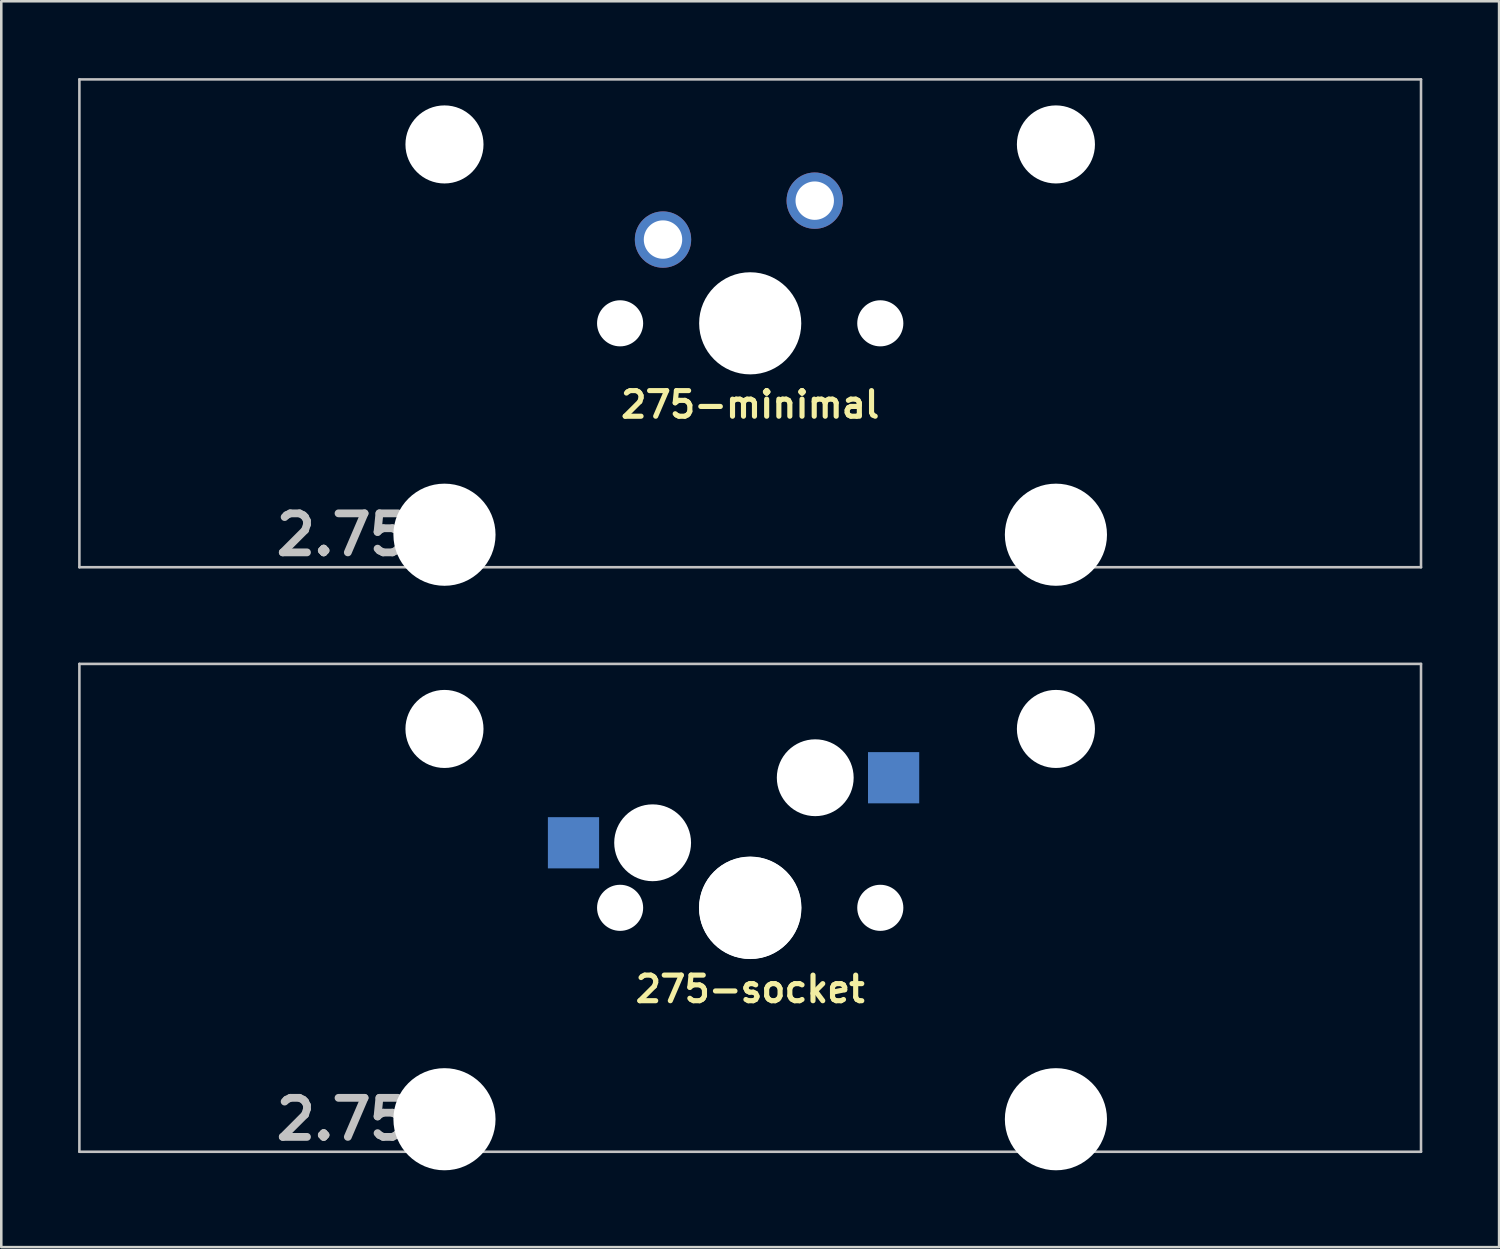
<source format=kicad_pcb>
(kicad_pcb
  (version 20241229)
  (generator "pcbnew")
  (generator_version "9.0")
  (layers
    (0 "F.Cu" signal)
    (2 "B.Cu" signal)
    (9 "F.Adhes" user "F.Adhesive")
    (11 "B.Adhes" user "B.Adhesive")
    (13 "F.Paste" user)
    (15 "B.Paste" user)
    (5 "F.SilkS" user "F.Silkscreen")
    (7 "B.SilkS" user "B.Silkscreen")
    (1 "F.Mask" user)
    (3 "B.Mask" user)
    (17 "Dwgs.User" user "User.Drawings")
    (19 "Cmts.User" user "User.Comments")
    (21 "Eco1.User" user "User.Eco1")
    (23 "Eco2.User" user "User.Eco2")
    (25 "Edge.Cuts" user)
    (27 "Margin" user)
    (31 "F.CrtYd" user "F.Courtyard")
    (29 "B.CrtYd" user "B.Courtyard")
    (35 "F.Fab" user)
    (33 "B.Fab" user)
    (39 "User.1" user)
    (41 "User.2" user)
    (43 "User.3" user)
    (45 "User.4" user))
  (footprint "275-minimal"
    (layer "F.Cu")
    (at 26.244 9.575)
    (property "Reference" "275-minimal" (at 0 3.175 0) (layer "F.SilkS") (effects (font (size 1 1) (thickness 0.2))))
    (attr through_hole)
    (fp_line (start -26.194 -9.525) (end 26.194 -9.525) (stroke (width 0.1) (type solid)) (layer "Dwgs.User"))
    (fp_line (start -26.194 9.525) (end -26.194 -9.525) (stroke (width 0.1) (type solid)) (layer "Dwgs.User"))
    (fp_line (start 26.194 -9.525) (end 26.194 9.525) (stroke (width 0.1) (type solid)) (layer "Dwgs.User"))
    (fp_line (start 26.194 9.525) (end -26.194 9.525) (stroke (width 0.1) (type solid)) (layer "Dwgs.User"))
    (fp_line (start -16.129 -2.286) (end -15.265 -2.286) (stroke (width 0.152) (type solid)) (layer "Eco2.User"))
    (fp_line (start -16.129 0.508) (end -16.129 -2.286) (stroke (width 0.152) (type solid)) (layer "Eco2.User"))
    (fp_line (start -15.265 -5.69) (end -8.611 -5.69) (stroke (width 0.152) (type solid)) (layer "Eco2.User"))
    (fp_line (start -15.265 -2.286) (end -15.265 -5.69) (stroke (width 0.152) (type solid)) (layer "Eco2.User"))
    (fp_line (start -15.265 0.508) (end -16.129 0.508) (stroke (width 0.152) (type solid)) (layer "Eco2.User"))
    (fp_line (start -15.265 6.604) (end -15.265 0.508) (stroke (width 0.152) (type solid)) (layer "Eco2.User"))
    (fp_line (start -14.224 6.604) (end -15.265 6.604) (stroke (width 0.152) (type solid)) (layer "Eco2.User"))
    (fp_line (start -14.224 7.772) (end -14.224 6.604) (stroke (width 0.152) (type solid)) (layer "Eco2.User"))
    (fp_line (start -9.652 6.604) (end -9.652 7.772) (stroke (width 0.152) (type solid)) (layer "Eco2.User"))
    (fp_line (start -9.652 7.772) (end -14.224 7.772) (stroke (width 0.152) (type solid)) (layer "Eco2.User"))
    (fp_line (start -8.611 -5.69) (end -8.611 -4.877) (stroke (width 0.152) (type solid)) (layer "Eco2.User"))
    (fp_line (start -8.611 -4.877) (end -6.985 -4.877) (stroke (width 0.152) (type solid)) (layer "Eco2.User"))
    (fp_line (start -8.611 5.817) (end -8.611 6.604) (stroke (width 0.152) (type solid)) (layer "Eco2.User"))
    (fp_line (start -8.611 6.604) (end -9.652 6.604) (stroke (width 0.152) (type solid)) (layer "Eco2.User"))
    (fp_line (start -6.985 -6.985) (end 6.985 -6.985) (stroke (width 0.152) (type solid)) (layer "Eco2.User"))
    (fp_line (start -6.985 -4.877) (end -6.985 -6.985) (stroke (width 0.152) (type solid)) (layer "Eco2.User"))
    (fp_line (start -6.985 5.817) (end -8.611 5.817) (stroke (width 0.152) (type solid)) (layer "Eco2.User"))
    (fp_line (start -6.985 6.985) (end -6.985 5.817) (stroke (width 0.152) (type solid)) (layer "Eco2.User"))
    (fp_line (start 6.985 -6.985) (end 6.985 -4.877) (stroke (width 0.152) (type solid)) (layer "Eco2.User"))
    (fp_line (start 6.985 -4.877) (end 8.611 -4.877) (stroke (width 0.152) (type solid)) (layer "Eco2.User"))
    (fp_line (start 6.985 5.817) (end 6.985 6.985) (stroke (width 0.152) (type solid)) (layer "Eco2.User"))
    (fp_line (start 6.985 6.985) (end -6.985 6.985) (stroke (width 0.152) (type solid)) (layer "Eco2.User"))
    (fp_line (start 8.611 -5.69) (end 15.265 -5.69) (stroke (width 0.152) (type solid)) (layer "Eco2.User"))
    (fp_line (start 8.611 -4.877) (end 8.611 -5.69) (stroke (width 0.152) (type solid)) (layer "Eco2.User"))
    (fp_line (start 8.611 5.817) (end 6.985 5.817) (stroke (width 0.152) (type solid)) (layer "Eco2.User"))
    (fp_line (start 8.611 6.604) (end 8.611 5.817) (stroke (width 0.152) (type solid)) (layer "Eco2.User"))
    (fp_line (start 9.652 6.604) (end 8.611 6.604) (stroke (width 0.152) (type solid)) (layer "Eco2.User"))
    (fp_line (start 9.652 7.772) (end 9.652 6.604) (stroke (width 0.152) (type solid)) (layer "Eco2.User"))
    (fp_line (start 14.224 6.604) (end 14.224 7.772) (stroke (width 0.152) (type solid)) (layer "Eco2.User"))
    (fp_line (start 14.224 7.772) (end 9.652 7.772) (stroke (width 0.152) (type solid)) (layer "Eco2.User"))
    (fp_line (start 15.265 -5.69) (end 15.265 -2.286) (stroke (width 0.152) (type solid)) (layer "Eco2.User"))
    (fp_line (start 15.265 -2.286) (end 16.129 -2.286) (stroke (width 0.152) (type solid)) (layer "Eco2.User"))
    (fp_line (start 15.265 0.508) (end 15.265 6.604) (stroke (width 0.152) (type solid)) (layer "Eco2.User"))
    (fp_line (start 15.265 6.604) (end 14.224 6.604) (stroke (width 0.152) (type solid)) (layer "Eco2.User"))
    (fp_line (start 16.129 -2.286) (end 16.129 0.508) (stroke (width 0.152) (type solid)) (layer "Eco2.User"))
    (fp_line (start 16.129 0.508) (end 15.265 0.508) (stroke (width 0.152) (type solid)) (layer "Eco2.User"))
    (fp_text user "2.75u" (at -15.24 8.255 0) (layer "Dwgs.User") (effects (font (size 1.524 1.524) (thickness 0.305))))
    (pad "" np_thru_hole circle (at -11.938 -6.985) (size 3.048 3.048) (drill 3.048) (layers "*.Cu" "*.Mask"))
    (pad "" np_thru_hole circle (at -11.938 8.255) (size 3.988 3.988) (drill 3.988) (layers "*.Cu" "*.Mask"))
    (pad "" np_thru_hole circle (at -5.08 0) (size 1.8 1.8) (drill 1.8) (layers "*.Cu" "*.Mask"))
    (pad "" np_thru_hole circle (at 0 0) (size 3.988 3.988) (drill 3.988) (layers "*.Cu" "*.Mask"))
    (pad "" np_thru_hole circle (at 5.08 0) (size 1.8 1.8) (drill 1.8) (layers "*.Cu" "*.Mask"))
    (pad "" np_thru_hole circle (at 11.938 -6.985) (size 3.048 3.048) (drill 3.048) (layers "*.Cu" "*.Mask"))
    (pad "" np_thru_hole circle (at 11.938 8.255) (size 3.988 3.988) (drill 3.988) (layers "*.Cu" "*.Mask"))
    (pad "1" thru_hole circle (at -3.405 -3.27 29) (size 2.2 2.2) (drill 1.5) (layers "*.Cu" "*.Mask"))
    (pad "2" thru_hole circle (at 2.52 -4.79) (size 2.2 2.2) (drill 1.5) (layers "*.Cu" "*.Mask")))
  (footprint "275-socket"
    (layer "F.Cu")
    (at 26.244 32.399)
    (property "Reference" "275-socket" (at 0 3.175 0) (layer "F.SilkS") (effects (font (size 1 1) (thickness 0.2))))
    (attr through_hole)
    (fp_line (start -26.194 -9.525) (end 26.194 -9.525) (stroke (width 0.1) (type solid)) (layer "Dwgs.User"))
    (fp_line (start -26.194 9.525) (end -26.194 -9.525) (stroke (width 0.1) (type solid)) (layer "Dwgs.User"))
    (fp_line (start 26.194 -9.525) (end 26.194 9.525) (stroke (width 0.1) (type solid)) (layer "Dwgs.User"))
    (fp_line (start 26.194 9.525) (end -26.194 9.525) (stroke (width 0.1) (type solid)) (layer "Dwgs.User"))
    (fp_line (start -16.129 -2.286) (end -15.265 -2.286) (stroke (width 0.152) (type solid)) (layer "Eco2.User"))
    (fp_line (start -16.129 0.508) (end -16.129 -2.286) (stroke (width 0.152) (type solid)) (layer "Eco2.User"))
    (fp_line (start -15.265 -5.69) (end -8.611 -5.69) (stroke (width 0.152) (type solid)) (layer "Eco2.User"))
    (fp_line (start -15.265 -2.286) (end -15.265 -5.69) (stroke (width 0.152) (type solid)) (layer "Eco2.User"))
    (fp_line (start -15.265 0.508) (end -16.129 0.508) (stroke (width 0.152) (type solid)) (layer "Eco2.User"))
    (fp_line (start -15.265 6.604) (end -15.265 0.508) (stroke (width 0.152) (type solid)) (layer "Eco2.User"))
    (fp_line (start -14.224 6.604) (end -15.265 6.604) (stroke (width 0.152) (type solid)) (layer "Eco2.User"))
    (fp_line (start -14.224 7.772) (end -14.224 6.604) (stroke (width 0.152) (type solid)) (layer "Eco2.User"))
    (fp_line (start -9.652 6.604) (end -9.652 7.772) (stroke (width 0.152) (type solid)) (layer "Eco2.User"))
    (fp_line (start -9.652 7.772) (end -14.224 7.772) (stroke (width 0.152) (type solid)) (layer "Eco2.User"))
    (fp_line (start -8.611 -5.69) (end -8.611 -4.877) (stroke (width 0.152) (type solid)) (layer "Eco2.User"))
    (fp_line (start -8.611 -4.877) (end -6.985 -4.877) (stroke (width 0.152) (type solid)) (layer "Eco2.User"))
    (fp_line (start -8.611 5.817) (end -8.611 6.604) (stroke (width 0.152) (type solid)) (layer "Eco2.User"))
    (fp_line (start -8.611 6.604) (end -9.652 6.604) (stroke (width 0.152) (type solid)) (layer "Eco2.User"))
    (fp_line (start -6.985 -6.985) (end 6.985 -6.985) (stroke (width 0.152) (type solid)) (layer "Eco2.User"))
    (fp_line (start -6.985 -4.877) (end -6.985 -6.985) (stroke (width 0.152) (type solid)) (layer "Eco2.User"))
    (fp_line (start -6.985 5.817) (end -8.611 5.817) (stroke (width 0.152) (type solid)) (layer "Eco2.User"))
    (fp_line (start -6.985 6.985) (end -6.985 5.817) (stroke (width 0.152) (type solid)) (layer "Eco2.User"))
    (fp_line (start 6.985 -6.985) (end 6.985 -4.877) (stroke (width 0.152) (type solid)) (layer "Eco2.User"))
    (fp_line (start 6.985 -4.877) (end 8.611 -4.877) (stroke (width 0.152) (type solid)) (layer "Eco2.User"))
    (fp_line (start 6.985 5.817) (end 6.985 6.985) (stroke (width 0.152) (type solid)) (layer "Eco2.User"))
    (fp_line (start 6.985 6.985) (end -6.985 6.985) (stroke (width 0.152) (type solid)) (layer "Eco2.User"))
    (fp_line (start 8.611 -5.69) (end 15.265 -5.69) (stroke (width 0.152) (type solid)) (layer "Eco2.User"))
    (fp_line (start 8.611 -4.877) (end 8.611 -5.69) (stroke (width 0.152) (type solid)) (layer "Eco2.User"))
    (fp_line (start 8.611 5.817) (end 6.985 5.817) (stroke (width 0.152) (type solid)) (layer "Eco2.User"))
    (fp_line (start 8.611 6.604) (end 8.611 5.817) (stroke (width 0.152) (type solid)) (layer "Eco2.User"))
    (fp_line (start 9.652 6.604) (end 8.611 6.604) (stroke (width 0.152) (type solid)) (layer "Eco2.User"))
    (fp_line (start 9.652 7.772) (end 9.652 6.604) (stroke (width 0.152) (type solid)) (layer "Eco2.User"))
    (fp_line (start 14.224 6.604) (end 14.224 7.772) (stroke (width 0.152) (type solid)) (layer "Eco2.User"))
    (fp_line (start 14.224 7.772) (end 9.652 7.772) (stroke (width 0.152) (type solid)) (layer "Eco2.User"))
    (fp_line (start 15.265 -5.69) (end 15.265 -2.286) (stroke (width 0.152) (type solid)) (layer "Eco2.User"))
    (fp_line (start 15.265 -2.286) (end 16.129 -2.286) (stroke (width 0.152) (type solid)) (layer "Eco2.User"))
    (fp_line (start 15.265 0.508) (end 15.265 6.604) (stroke (width 0.152) (type solid)) (layer "Eco2.User"))
    (fp_line (start 15.265 6.604) (end 14.224 6.604) (stroke (width 0.152) (type solid)) (layer "Eco2.User"))
    (fp_line (start 16.129 -2.286) (end 16.129 0.508) (stroke (width 0.152) (type solid)) (layer "Eco2.User"))
    (fp_line (start 16.129 0.508) (end 15.265 0.508) (stroke (width 0.152) (type solid)) (layer "Eco2.User"))
    (fp_text user "2.75u" (at -15.24 8.255 0) (layer "Dwgs.User") (effects (font (size 1.524 1.524) (thickness 0.305))))
    (pad "" np_thru_hole circle (at -11.938 -6.985) (size 3.048 3.048) (drill 3.048) (layers "*.Cu" "*.Mask"))
    (pad "" np_thru_hole circle (at -11.938 8.255) (size 3.988 3.988) (drill 3.988) (layers "*.Cu" "*.Mask"))
    (pad "" np_thru_hole circle (at -5.08 0) (size 1.8 1.8) (drill 1.8) (layers "*.Cu" "*.Mask"))
    (pad "" np_thru_hole circle (at -3.81 -2.54 180) (size 3 3) (drill 3) (layers "*.Cu" "*.Mask"))
    (pad "" np_thru_hole circle (at 0 0) (size 3.988 3.988) (drill 3.988) (layers "*.Cu" "*.Mask"))
    (pad "" np_thru_hole circle (at 0 0 90) (size 4 4) (drill 4) (layers "*.Cu" "*.Mask"))
    (pad "" np_thru_hole circle (at 2.54 -5.08 180) (size 3 3) (drill 3) (layers "*.Cu" "*.Mask"))
    (pad "" np_thru_hole circle (at 5.08 0) (size 1.8 1.8) (drill 1.8) (layers "*.Cu" "*.Mask"))
    (pad "" np_thru_hole circle (at 11.938 -6.985) (size 3.048 3.048) (drill 3.048) (layers "*.Cu" "*.Mask"))
    (pad "" np_thru_hole circle (at 11.938 8.255) (size 3.988 3.988) (drill 3.988) (layers "*.Cu" "*.Mask"))
    (pad "1" smd rect (at -6.9 -2.54 180) (size 2 2) (layers "B.Cu" "B.Mask" "B.Paste"))
    (pad "2" smd rect (at 5.6 -5.08 180) (size 2 2) (layers "B.Cu" "B.Mask" "B.Paste")))
  (gr_rect
    (start -3 -3)
    (end 55.487 45.648)
    (stroke (width 0.1) (type default))
    (fill no)
    (layer "Edge.Cuts")))
</source>
